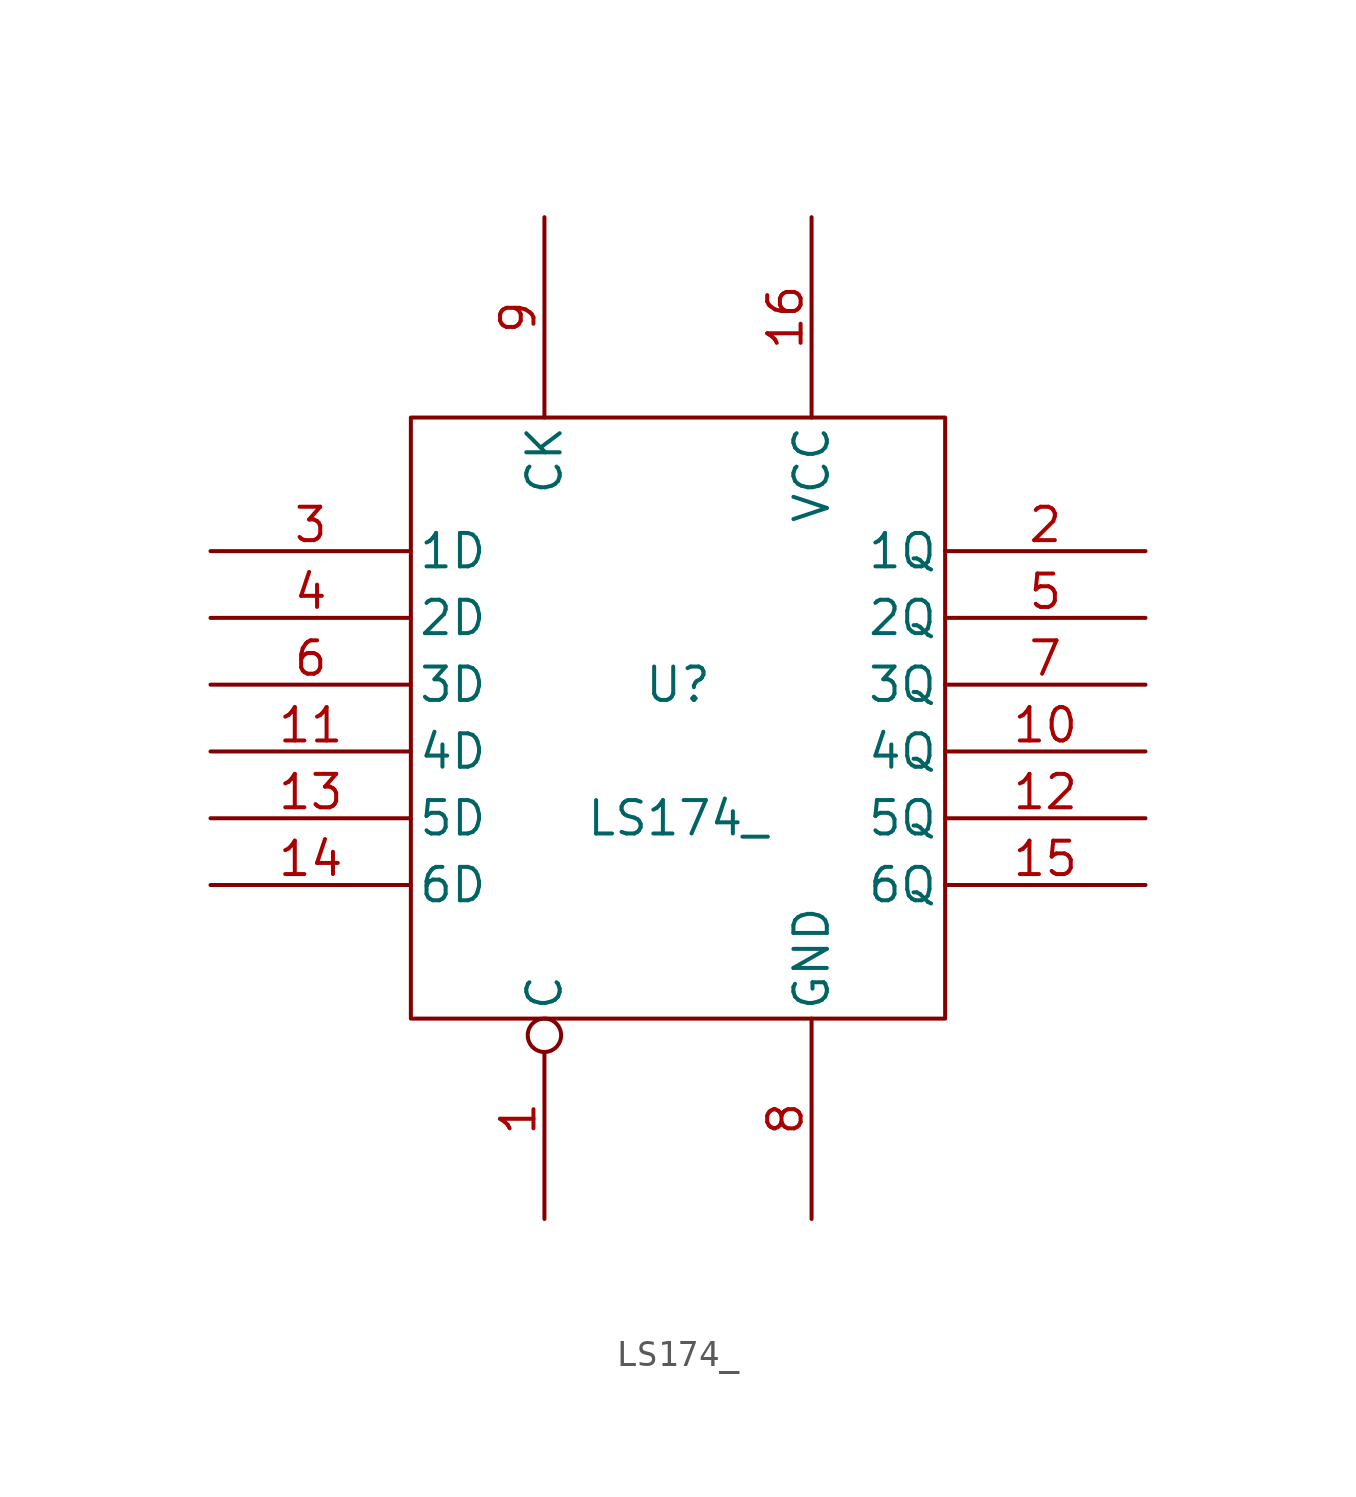
<source format=kicad_sym>
(kicad_symbol_lib
  (version 20211014)
  (generator kicad_symbol_editor)
  (symbol "LS174_"
    (pin_names
      (offset 0.254))
    (property "Reference" "U"
      (at 0 1.27 0)
      (effects (font (size 1.27 1.27))))
    (property "Value" "LS174_"
      (at 0 -3.81 0)
      (effects (font (size 1.27 1.27))))
    (symbol "LS174__0_0"
      (pin power_in line (at 5.08 19.05 270) (length 7.62) (name "VCC" (effects (font (size 1.27 1.27)))) (number "16" (effects (font (size 1.27 1.27))))))
    (symbol "LS174__1_0"
      (pin power_in line (at 5.08 -19.05 90) (length 7.62) (name "GND" (effects (font (size 1.27 1.27)))) (number "8" (effects (font (size 1.27 1.27))))))
    (symbol "LS174__1_1"
      (rectangle (start -10.16 11.43) (end 10.16 -11.43) (stroke (width 0) (type default) (color 0 0 0 0)) (fill (type none)))
      (pin input inverted (at -5.08 -19.05 90) (length 7.62) (name "C" (effects (font (size 1.27 1.27)))) (number "1" (effects (font (size 1.27 1.27)))))
      (pin output line (at 17.78 -1.27 180) (length 7.62) (name "4Q" (effects (font (size 1.27 1.27)))) (number "10" (effects (font (size 1.27 1.27)))))
      (pin input line (at -17.78 -1.27 0) (length 7.62) (name "4D" (effects (font (size 1.27 1.27)))) (number "11" (effects (font (size 1.27 1.27)))))
      (pin output line (at 17.78 -3.81 180) (length 7.62) (name "5Q" (effects (font (size 1.27 1.27)))) (number "12" (effects (font (size 1.27 1.27)))))
      (pin input line (at -17.78 -3.81 0) (length 7.62) (name "5D" (effects (font (size 1.27 1.27)))) (number "13" (effects (font (size 1.27 1.27)))))
      (pin input line (at -17.78 -6.35 0) (length 7.62) (name "6D" (effects (font (size 1.27 1.27)))) (number "14" (effects (font (size 1.27 1.27)))))
      (pin output line (at 17.78 -6.35 180) (length 7.62) (name "6Q" (effects (font (size 1.27 1.27)))) (number "15" (effects (font (size 1.27 1.27)))))
      (pin output line (at 17.78 6.35 180) (length 7.62) (name "1Q" (effects (font (size 1.27 1.27)))) (number "2" (effects (font (size 1.27 1.27)))))
      (pin input line (at -17.78 6.35 0) (length 7.62) (name "1D" (effects (font (size 1.27 1.27)))) (number "3" (effects (font (size 1.27 1.27)))))
      (pin input line (at -17.78 3.81 0) (length 7.62) (name "2D" (effects (font (size 1.27 1.27)))) (number "4" (effects (font (size 1.27 1.27)))))
      (pin output line (at 17.78 3.81 180) (length 7.62) (name "2Q" (effects (font (size 1.27 1.27)))) (number "5" (effects (font (size 1.27 1.27)))))
      (pin input line (at -17.78 1.27 0) (length 7.62) (name "3D" (effects (font (size 1.27 1.27)))) (number "6" (effects (font (size 1.27 1.27)))))
      (pin output line (at 17.78 1.27 180) (length 7.62) (name "3Q" (effects (font (size 1.27 1.27)))) (number "7" (effects (font (size 1.27 1.27)))))
      (pin input line (at -5.08 19.05 270) (length 7.62) (name "CK" (effects (font (size 1.27 1.27)))) (number "9" (effects (font (size 1.27 1.27))))))))
</source>
